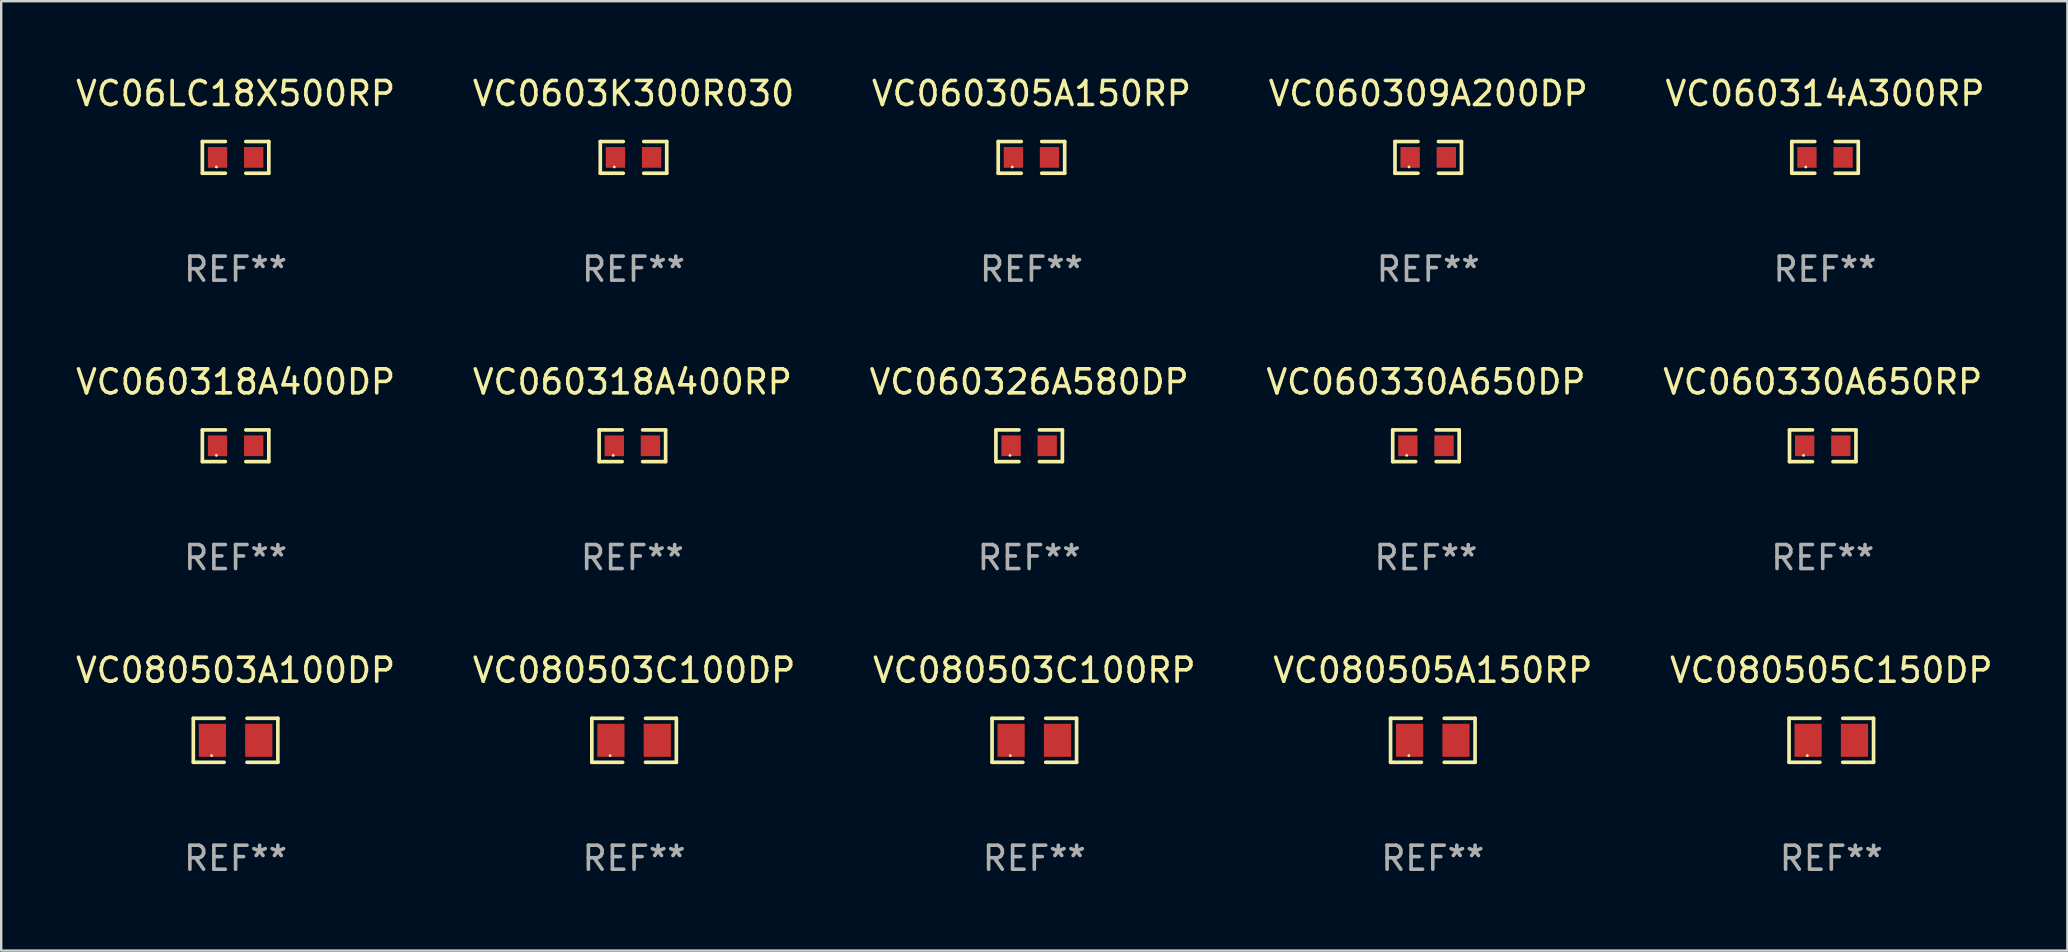
<source format=kicad_pcb>
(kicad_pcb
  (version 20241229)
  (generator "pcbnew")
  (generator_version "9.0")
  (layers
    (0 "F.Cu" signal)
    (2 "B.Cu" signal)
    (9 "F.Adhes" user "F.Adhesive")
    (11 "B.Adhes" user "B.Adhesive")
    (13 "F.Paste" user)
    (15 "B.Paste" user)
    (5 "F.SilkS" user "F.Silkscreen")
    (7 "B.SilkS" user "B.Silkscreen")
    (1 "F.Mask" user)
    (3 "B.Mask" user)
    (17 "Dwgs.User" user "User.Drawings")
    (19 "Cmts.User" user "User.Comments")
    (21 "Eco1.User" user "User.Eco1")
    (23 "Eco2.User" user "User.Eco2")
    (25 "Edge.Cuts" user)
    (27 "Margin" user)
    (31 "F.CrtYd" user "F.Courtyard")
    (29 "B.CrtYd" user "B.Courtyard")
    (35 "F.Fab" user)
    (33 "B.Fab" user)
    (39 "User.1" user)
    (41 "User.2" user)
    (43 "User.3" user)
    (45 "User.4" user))
  (footprint "VC080503C100DP"
    (layer "F.Cu")
    (at 23.375 27.801)
    (property "Reference" "VC080503C100DP" (at 0 -2.917 0) (layer "F.SilkS") (effects (font (size 1 1) (thickness 0.15))))
    (attr through_hole)
    (fp_line (start -1.761 -0.917) (end -0.476 -0.917) (stroke (width 0.152) (type solid)) (layer "F.SilkS"))
    (fp_line (start -1.761 0.917) (end -1.761 -0.917) (stroke (width 0.152) (type solid)) (layer "F.SilkS"))
    (fp_line (start -0.476 0.917) (end -1.761 0.917) (stroke (width 0.152) (type solid)) (layer "F.SilkS"))
    (fp_line (start 0.476 0.917) (end 1.761 0.917) (stroke (width 0.152) (type solid)) (layer "F.SilkS"))
    (fp_line (start 1.761 -0.917) (end 0.476 -0.917) (stroke (width 0.152) (type solid)) (layer "F.SilkS"))
    (fp_line (start 1.761 0.917) (end 1.761 -0.917) (stroke (width 0.152) (type solid)) (layer "F.SilkS"))
    (fp_circle (center -1 0.638) (end -0.97 0.638) (stroke (width 0.06) (type solid)) (fill no) (layer "F.SilkS"))
    (fp_text user "REF**" (at 0 4.917 0) (layer "F.Fab") (effects (font (size 1 1) (thickness 0.15))))
    (pad "1" smd rect (at -0.966 0) (size 1.133 1.377) (layers "F.Cu" "F.Mask" "F.Paste"))
    (pad "2" smd rect (at 0.966 0) (size 1.133 1.377) (layers "F.Cu" "F.Mask" "F.Paste")))
  (footprint "VC06LC18X500RP"
    (layer "F.Cu")
    (at 6.768 3.509)
    (property "Reference" "VC06LC18X500RP" (at 0 -2.661 0) (layer "F.SilkS") (effects (font (size 1 1) (thickness 0.15))))
    (attr through_hole)
    (fp_line (start -1.385 -0.661) (end -0.426 -0.661) (stroke (width 0.152) (type solid)) (layer "F.SilkS"))
    (fp_line (start -1.385 0.661) (end -1.385 -0.661) (stroke (width 0.152) (type solid)) (layer "F.SilkS"))
    (fp_line (start -0.426 0.661) (end -1.385 0.661) (stroke (width 0.152) (type solid)) (layer "F.SilkS"))
    (fp_line (start 0.426 0.661) (end 1.385 0.661) (stroke (width 0.152) (type solid)) (layer "F.SilkS"))
    (fp_line (start 1.385 -0.661) (end 0.426 -0.661) (stroke (width 0.152) (type solid)) (layer "F.SilkS"))
    (fp_line (start 1.385 0.661) (end 1.385 -0.661) (stroke (width 0.152) (type solid)) (layer "F.SilkS"))
    (fp_circle (center -0.8 0.4) (end -0.77 0.4) (stroke (width 0.06) (type solid)) (fill no) (layer "F.SilkS"))
    (fp_text user "REF**" (at 0 4.661 0) (layer "F.Fab") (effects (font (size 1 1) (thickness 0.15))))
    (pad "1" smd rect (at -0.753 0) (size 0.806 0.864) (layers "F.Cu" "F.Mask" "F.Paste"))
    (pad "2" smd rect (at 0.753 0) (size 0.806 0.864) (layers "F.Cu" "F.Mask" "F.Paste")))
  (footprint "VC060330A650RP"
    (layer "F.Cu")
    (at 72.911 15.527)
    (property "Reference" "VC060330A650RP" (at 0 -2.661 0) (layer "F.SilkS") (effects (font (size 1 1) (thickness 0.15))))
    (attr through_hole)
    (fp_line (start -1.385 -0.661) (end -0.426 -0.661) (stroke (width 0.152) (type solid)) (layer "F.SilkS"))
    (fp_line (start -1.385 0.661) (end -1.385 -0.661) (stroke (width 0.152) (type solid)) (layer "F.SilkS"))
    (fp_line (start -0.426 0.661) (end -1.385 0.661) (stroke (width 0.152) (type solid)) (layer "F.SilkS"))
    (fp_line (start 0.426 0.661) (end 1.385 0.661) (stroke (width 0.152) (type solid)) (layer "F.SilkS"))
    (fp_line (start 1.385 -0.661) (end 0.426 -0.661) (stroke (width 0.152) (type solid)) (layer "F.SilkS"))
    (fp_line (start 1.385 0.661) (end 1.385 -0.661) (stroke (width 0.152) (type solid)) (layer "F.SilkS"))
    (fp_circle (center -0.8 0.4) (end -0.77 0.4) (stroke (width 0.06) (type solid)) (fill no) (layer "F.SilkS"))
    (fp_text user "REF**" (at 0 4.661 0) (layer "F.Fab") (effects (font (size 1 1) (thickness 0.15))))
    (pad "1" smd rect (at -0.753 0) (size 0.806 0.864) (layers "F.Cu" "F.Mask" "F.Paste"))
    (pad "2" smd rect (at 0.753 0) (size 0.806 0.864) (layers "F.Cu" "F.Mask" "F.Paste")))
  (footprint "VC060318A400RP"
    (layer "F.Cu")
    (at 23.304 15.527)
    (property "Reference" "VC060318A400RP" (at 0 -2.661 0) (layer "F.SilkS") (effects (font (size 1 1) (thickness 0.15))))
    (attr through_hole)
    (fp_line (start -1.385 -0.661) (end -0.426 -0.661) (stroke (width 0.152) (type solid)) (layer "F.SilkS"))
    (fp_line (start -1.385 0.661) (end -1.385 -0.661) (stroke (width 0.152) (type solid)) (layer "F.SilkS"))
    (fp_line (start -0.426 0.661) (end -1.385 0.661) (stroke (width 0.152) (type solid)) (layer "F.SilkS"))
    (fp_line (start 0.426 0.661) (end 1.385 0.661) (stroke (width 0.152) (type solid)) (layer "F.SilkS"))
    (fp_line (start 1.385 -0.661) (end 0.426 -0.661) (stroke (width 0.152) (type solid)) (layer "F.SilkS"))
    (fp_line (start 1.385 0.661) (end 1.385 -0.661) (stroke (width 0.152) (type solid)) (layer "F.SilkS"))
    (fp_circle (center -0.8 0.4) (end -0.77 0.4) (stroke (width 0.06) (type solid)) (fill no) (layer "F.SilkS"))
    (fp_text user "REF**" (at 0 4.661 0) (layer "F.Fab") (effects (font (size 1 1) (thickness 0.15))))
    (pad "1" smd rect (at -0.753 0) (size 0.806 0.864) (layers "F.Cu" "F.Mask" "F.Paste"))
    (pad "2" smd rect (at 0.753 0) (size 0.806 0.864) (layers "F.Cu" "F.Mask" "F.Paste")))
  (footprint "VC080505C150DP"
    (layer "F.Cu")
    (at 73.268 27.801)
    (property "Reference" "VC080505C150DP" (at 0 -2.917 0) (layer "F.SilkS") (effects (font (size 1 1) (thickness 0.15))))
    (attr through_hole)
    (fp_line (start -1.761 -0.917) (end -0.476 -0.917) (stroke (width 0.152) (type solid)) (layer "F.SilkS"))
    (fp_line (start -1.761 0.917) (end -1.761 -0.917) (stroke (width 0.152) (type solid)) (layer "F.SilkS"))
    (fp_line (start -0.476 0.917) (end -1.761 0.917) (stroke (width 0.152) (type solid)) (layer "F.SilkS"))
    (fp_line (start 0.476 0.917) (end 1.761 0.917) (stroke (width 0.152) (type solid)) (layer "F.SilkS"))
    (fp_line (start 1.761 -0.917) (end 0.476 -0.917) (stroke (width 0.152) (type solid)) (layer "F.SilkS"))
    (fp_line (start 1.761 0.917) (end 1.761 -0.917) (stroke (width 0.152) (type solid)) (layer "F.SilkS"))
    (fp_circle (center -1 0.638) (end -0.97 0.638) (stroke (width 0.06) (type solid)) (fill no) (layer "F.SilkS"))
    (fp_text user "REF**" (at 0 4.917 0) (layer "F.Fab") (effects (font (size 1 1) (thickness 0.15))))
    (pad "1" smd rect (at -0.966 0) (size 1.133 1.377) (layers "F.Cu" "F.Mask" "F.Paste"))
    (pad "2" smd rect (at 0.966 0) (size 1.133 1.377) (layers "F.Cu" "F.Mask" "F.Paste")))
  (footprint "VC060330A650DP"
    (layer "F.Cu")
    (at 56.375 15.527)
    (property "Reference" "VC060330A650DP" (at 0 -2.661 0) (layer "F.SilkS") (effects (font (size 1 1) (thickness 0.15))))
    (attr through_hole)
    (fp_line (start -1.385 -0.661) (end -0.426 -0.661) (stroke (width 0.152) (type solid)) (layer "F.SilkS"))
    (fp_line (start -1.385 0.661) (end -1.385 -0.661) (stroke (width 0.152) (type solid)) (layer "F.SilkS"))
    (fp_line (start -0.426 0.661) (end -1.385 0.661) (stroke (width 0.152) (type solid)) (layer "F.SilkS"))
    (fp_line (start 0.426 0.661) (end 1.385 0.661) (stroke (width 0.152) (type solid)) (layer "F.SilkS"))
    (fp_line (start 1.385 -0.661) (end 0.426 -0.661) (stroke (width 0.152) (type solid)) (layer "F.SilkS"))
    (fp_line (start 1.385 0.661) (end 1.385 -0.661) (stroke (width 0.152) (type solid)) (layer "F.SilkS"))
    (fp_circle (center -0.8 0.4) (end -0.77 0.4) (stroke (width 0.06) (type solid)) (fill no) (layer "F.SilkS"))
    (fp_text user "REF**" (at 0 4.661 0) (layer "F.Fab") (effects (font (size 1 1) (thickness 0.15))))
    (pad "1" smd rect (at -0.753 0) (size 0.806 0.864) (layers "F.Cu" "F.Mask" "F.Paste"))
    (pad "2" smd rect (at 0.753 0) (size 0.806 0.864) (layers "F.Cu" "F.Mask" "F.Paste")))
  (footprint "VC060326A580DP"
    (layer "F.Cu")
    (at 39.839 15.527)
    (property "Reference" "VC060326A580DP" (at 0 -2.661 0) (layer "F.SilkS") (effects (font (size 1 1) (thickness 0.15))))
    (attr through_hole)
    (fp_line (start -1.385 -0.661) (end -0.426 -0.661) (stroke (width 0.152) (type solid)) (layer "F.SilkS"))
    (fp_line (start -1.385 0.661) (end -1.385 -0.661) (stroke (width 0.152) (type solid)) (layer "F.SilkS"))
    (fp_line (start -0.426 0.661) (end -1.385 0.661) (stroke (width 0.152) (type solid)) (layer "F.SilkS"))
    (fp_line (start 0.426 0.661) (end 1.385 0.661) (stroke (width 0.152) (type solid)) (layer "F.SilkS"))
    (fp_line (start 1.385 -0.661) (end 0.426 -0.661) (stroke (width 0.152) (type solid)) (layer "F.SilkS"))
    (fp_line (start 1.385 0.661) (end 1.385 -0.661) (stroke (width 0.152) (type solid)) (layer "F.SilkS"))
    (fp_circle (center -0.8 0.4) (end -0.77 0.4) (stroke (width 0.06) (type solid)) (fill no) (layer "F.SilkS"))
    (fp_text user "REF**" (at 0 4.661 0) (layer "F.Fab") (effects (font (size 1 1) (thickness 0.15))))
    (pad "1" smd rect (at -0.753 0) (size 0.806 0.864) (layers "F.Cu" "F.Mask" "F.Paste"))
    (pad "2" smd rect (at 0.753 0) (size 0.806 0.864) (layers "F.Cu" "F.Mask" "F.Paste")))
  (footprint "VC060318A400DP"
    (layer "F.Cu")
    (at 6.768 15.527)
    (property "Reference" "VC060318A400DP" (at 0 -2.661 0) (layer "F.SilkS") (effects (font (size 1 1) (thickness 0.15))))
    (attr through_hole)
    (fp_line (start -1.385 -0.661) (end -0.426 -0.661) (stroke (width 0.152) (type solid)) (layer "F.SilkS"))
    (fp_line (start -1.385 0.661) (end -1.385 -0.661) (stroke (width 0.152) (type solid)) (layer "F.SilkS"))
    (fp_line (start -0.426 0.661) (end -1.385 0.661) (stroke (width 0.152) (type solid)) (layer "F.SilkS"))
    (fp_line (start 0.426 0.661) (end 1.385 0.661) (stroke (width 0.152) (type solid)) (layer "F.SilkS"))
    (fp_line (start 1.385 -0.661) (end 0.426 -0.661) (stroke (width 0.152) (type solid)) (layer "F.SilkS"))
    (fp_line (start 1.385 0.661) (end 1.385 -0.661) (stroke (width 0.152) (type solid)) (layer "F.SilkS"))
    (fp_circle (center -0.8 0.4) (end -0.77 0.4) (stroke (width 0.06) (type solid)) (fill no) (layer "F.SilkS"))
    (fp_text user "REF**" (at 0 4.661 0) (layer "F.Fab") (effects (font (size 1 1) (thickness 0.15))))
    (pad "1" smd rect (at -0.753 0) (size 0.806 0.864) (layers "F.Cu" "F.Mask" "F.Paste"))
    (pad "2" smd rect (at 0.753 0) (size 0.806 0.864) (layers "F.Cu" "F.Mask" "F.Paste")))
  (footprint "VC060314A300RP"
    (layer "F.Cu")
    (at 73.006 3.509)
    (property "Reference" "VC060314A300RP" (at 0 -2.661 0) (layer "F.SilkS") (effects (font (size 1 1) (thickness 0.15))))
    (attr through_hole)
    (fp_line (start -1.385 -0.661) (end -0.426 -0.661) (stroke (width 0.152) (type solid)) (layer "F.SilkS"))
    (fp_line (start -1.385 0.661) (end -1.385 -0.661) (stroke (width 0.152) (type solid)) (layer "F.SilkS"))
    (fp_line (start -0.426 0.661) (end -1.385 0.661) (stroke (width 0.152) (type solid)) (layer "F.SilkS"))
    (fp_line (start 0.426 0.661) (end 1.385 0.661) (stroke (width 0.152) (type solid)) (layer "F.SilkS"))
    (fp_line (start 1.385 -0.661) (end 0.426 -0.661) (stroke (width 0.152) (type solid)) (layer "F.SilkS"))
    (fp_line (start 1.385 0.661) (end 1.385 -0.661) (stroke (width 0.152) (type solid)) (layer "F.SilkS"))
    (fp_circle (center -0.8 0.4) (end -0.77 0.4) (stroke (width 0.06) (type solid)) (fill no) (layer "F.SilkS"))
    (fp_text user "REF**" (at 0 4.661 0) (layer "F.Fab") (effects (font (size 1 1) (thickness 0.15))))
    (pad "1" smd rect (at -0.753 0) (size 0.806 0.864) (layers "F.Cu" "F.Mask" "F.Paste"))
    (pad "2" smd rect (at 0.753 0) (size 0.806 0.864) (layers "F.Cu" "F.Mask" "F.Paste")))
  (footprint "VC080503A100DP"
    (layer "F.Cu")
    (at 6.768 27.801)
    (property "Reference" "VC080503A100DP" (at 0 -2.917 0) (layer "F.SilkS") (effects (font (size 1 1) (thickness 0.15))))
    (attr through_hole)
    (fp_line (start -1.761 -0.917) (end -0.476 -0.917) (stroke (width 0.152) (type solid)) (layer "F.SilkS"))
    (fp_line (start -1.761 0.917) (end -1.761 -0.917) (stroke (width 0.152) (type solid)) (layer "F.SilkS"))
    (fp_line (start -0.476 0.917) (end -1.761 0.917) (stroke (width 0.152) (type solid)) (layer "F.SilkS"))
    (fp_line (start 0.476 0.917) (end 1.761 0.917) (stroke (width 0.152) (type solid)) (layer "F.SilkS"))
    (fp_line (start 1.761 -0.917) (end 0.476 -0.917) (stroke (width 0.152) (type solid)) (layer "F.SilkS"))
    (fp_line (start 1.761 0.917) (end 1.761 -0.917) (stroke (width 0.152) (type solid)) (layer "F.SilkS"))
    (fp_circle (center -1 0.638) (end -0.97 0.638) (stroke (width 0.06) (type solid)) (fill no) (layer "F.SilkS"))
    (fp_text user "REF**" (at 0 4.917 0) (layer "F.Fab") (effects (font (size 1 1) (thickness 0.15))))
    (pad "1" smd rect (at -0.966 0) (size 1.133 1.377) (layers "F.Cu" "F.Mask" "F.Paste"))
    (pad "2" smd rect (at 0.966 0) (size 1.133 1.377) (layers "F.Cu" "F.Mask" "F.Paste")))
  (footprint "VC080505A150RP"
    (layer "F.Cu")
    (at 56.661 27.801)
    (property "Reference" "VC080505A150RP" (at 0 -2.917 0) (layer "F.SilkS") (effects (font (size 1 1) (thickness 0.15))))
    (attr through_hole)
    (fp_line (start -1.761 -0.917) (end -0.476 -0.917) (stroke (width 0.152) (type solid)) (layer "F.SilkS"))
    (fp_line (start -1.761 0.917) (end -1.761 -0.917) (stroke (width 0.152) (type solid)) (layer "F.SilkS"))
    (fp_line (start -0.476 0.917) (end -1.761 0.917) (stroke (width 0.152) (type solid)) (layer "F.SilkS"))
    (fp_line (start 0.476 0.917) (end 1.761 0.917) (stroke (width 0.152) (type solid)) (layer "F.SilkS"))
    (fp_line (start 1.761 -0.917) (end 0.476 -0.917) (stroke (width 0.152) (type solid)) (layer "F.SilkS"))
    (fp_line (start 1.761 0.917) (end 1.761 -0.917) (stroke (width 0.152) (type solid)) (layer "F.SilkS"))
    (fp_circle (center -1 0.638) (end -0.97 0.638) (stroke (width 0.06) (type solid)) (fill no) (layer "F.SilkS"))
    (fp_text user "REF**" (at 0 4.917 0) (layer "F.Fab") (effects (font (size 1 1) (thickness 0.15))))
    (pad "1" smd rect (at -0.966 0) (size 1.133 1.377) (layers "F.Cu" "F.Mask" "F.Paste"))
    (pad "2" smd rect (at 0.966 0) (size 1.133 1.377) (layers "F.Cu" "F.Mask" "F.Paste")))
  (footprint "VC060309A200DP"
    (layer "F.Cu")
    (at 56.47 3.509)
    (property "Reference" "VC060309A200DP" (at 0 -2.661 0) (layer "F.SilkS") (effects (font (size 1 1) (thickness 0.15))))
    (attr through_hole)
    (fp_line (start -1.385 -0.661) (end -0.426 -0.661) (stroke (width 0.152) (type solid)) (layer "F.SilkS"))
    (fp_line (start -1.385 0.661) (end -1.385 -0.661) (stroke (width 0.152) (type solid)) (layer "F.SilkS"))
    (fp_line (start -0.426 0.661) (end -1.385 0.661) (stroke (width 0.152) (type solid)) (layer "F.SilkS"))
    (fp_line (start 0.426 0.661) (end 1.385 0.661) (stroke (width 0.152) (type solid)) (layer "F.SilkS"))
    (fp_line (start 1.385 -0.661) (end 0.426 -0.661) (stroke (width 0.152) (type solid)) (layer "F.SilkS"))
    (fp_line (start 1.385 0.661) (end 1.385 -0.661) (stroke (width 0.152) (type solid)) (layer "F.SilkS"))
    (fp_circle (center -0.8 0.4) (end -0.77 0.4) (stroke (width 0.06) (type solid)) (fill no) (layer "F.SilkS"))
    (fp_text user "REF**" (at 0 4.661 0) (layer "F.Fab") (effects (font (size 1 1) (thickness 0.15))))
    (pad "1" smd rect (at -0.753 0) (size 0.806 0.864) (layers "F.Cu" "F.Mask" "F.Paste"))
    (pad "2" smd rect (at 0.753 0) (size 0.806 0.864) (layers "F.Cu" "F.Mask" "F.Paste")))
  (footprint "VC080503C100RP"
    (layer "F.Cu")
    (at 40.054 27.801)
    (property "Reference" "VC080503C100RP" (at 0 -2.917 0) (layer "F.SilkS") (effects (font (size 1 1) (thickness 0.15))))
    (attr through_hole)
    (fp_line (start -1.761 -0.917) (end -0.476 -0.917) (stroke (width 0.152) (type solid)) (layer "F.SilkS"))
    (fp_line (start -1.761 0.917) (end -1.761 -0.917) (stroke (width 0.152) (type solid)) (layer "F.SilkS"))
    (fp_line (start -0.476 0.917) (end -1.761 0.917) (stroke (width 0.152) (type solid)) (layer "F.SilkS"))
    (fp_line (start 0.476 0.917) (end 1.761 0.917) (stroke (width 0.152) (type solid)) (layer "F.SilkS"))
    (fp_line (start 1.761 -0.917) (end 0.476 -0.917) (stroke (width 0.152) (type solid)) (layer "F.SilkS"))
    (fp_line (start 1.761 0.917) (end 1.761 -0.917) (stroke (width 0.152) (type solid)) (layer "F.SilkS"))
    (fp_circle (center -1 0.638) (end -0.97 0.638) (stroke (width 0.06) (type solid)) (fill no) (layer "F.SilkS"))
    (fp_text user "REF**" (at 0 4.917 0) (layer "F.Fab") (effects (font (size 1 1) (thickness 0.15))))
    (pad "1" smd rect (at -0.966 0) (size 1.133 1.377) (layers "F.Cu" "F.Mask" "F.Paste"))
    (pad "2" smd rect (at 0.966 0) (size 1.133 1.377) (layers "F.Cu" "F.Mask" "F.Paste")))
  (footprint "VC060305A150RP"
    (layer "F.Cu")
    (at 39.935 3.509)
    (property "Reference" "VC060305A150RP" (at 0 -2.661 0) (layer "F.SilkS") (effects (font (size 1 1) (thickness 0.15))))
    (attr through_hole)
    (fp_line (start -1.385 -0.661) (end -0.426 -0.661) (stroke (width 0.152) (type solid)) (layer "F.SilkS"))
    (fp_line (start -1.385 0.661) (end -1.385 -0.661) (stroke (width 0.152) (type solid)) (layer "F.SilkS"))
    (fp_line (start -0.426 0.661) (end -1.385 0.661) (stroke (width 0.152) (type solid)) (layer "F.SilkS"))
    (fp_line (start 0.426 0.661) (end 1.385 0.661) (stroke (width 0.152) (type solid)) (layer "F.SilkS"))
    (fp_line (start 1.385 -0.661) (end 0.426 -0.661) (stroke (width 0.152) (type solid)) (layer "F.SilkS"))
    (fp_line (start 1.385 0.661) (end 1.385 -0.661) (stroke (width 0.152) (type solid)) (layer "F.SilkS"))
    (fp_circle (center -0.8 0.4) (end -0.77 0.4) (stroke (width 0.06) (type solid)) (fill no) (layer "F.SilkS"))
    (fp_text user "REF**" (at 0 4.661 0) (layer "F.Fab") (effects (font (size 1 1) (thickness 0.15))))
    (pad "1" smd rect (at -0.753 0) (size 0.806 0.864) (layers "F.Cu" "F.Mask" "F.Paste"))
    (pad "2" smd rect (at 0.753 0) (size 0.806 0.864) (layers "F.Cu" "F.Mask" "F.Paste")))
  (footprint "VC0603K300R030"
    (layer "F.Cu")
    (at 23.351 3.509)
    (property "Reference" "VC0603K300R030" (at 0 -2.661 0) (layer "F.SilkS") (effects (font (size 1 1) (thickness 0.15))))
    (attr through_hole)
    (fp_line (start -1.385 -0.661) (end -0.426 -0.661) (stroke (width 0.152) (type solid)) (layer "F.SilkS"))
    (fp_line (start -1.385 0.661) (end -1.385 -0.661) (stroke (width 0.152) (type solid)) (layer "F.SilkS"))
    (fp_line (start -0.426 0.661) (end -1.385 0.661) (stroke (width 0.152) (type solid)) (layer "F.SilkS"))
    (fp_line (start 0.426 0.661) (end 1.385 0.661) (stroke (width 0.152) (type solid)) (layer "F.SilkS"))
    (fp_line (start 1.385 -0.661) (end 0.426 -0.661) (stroke (width 0.152) (type solid)) (layer "F.SilkS"))
    (fp_line (start 1.385 0.661) (end 1.385 -0.661) (stroke (width 0.152) (type solid)) (layer "F.SilkS"))
    (fp_circle (center -0.8 0.4) (end -0.77 0.4) (stroke (width 0.06) (type solid)) (fill no) (layer "F.SilkS"))
    (fp_text user "REF**" (at 0 4.661 0) (layer "F.Fab") (effects (font (size 1 1) (thickness 0.15))))
    (pad "1" smd rect (at -0.753 0) (size 0.806 0.864) (layers "F.Cu" "F.Mask" "F.Paste"))
    (pad "2" smd rect (at 0.753 0) (size 0.806 0.864) (layers "F.Cu" "F.Mask" "F.Paste")))
  (gr_rect
    (start -3 -3)
    (end 83.107 36.566)
    (stroke (width 0.1) (type default))
    (fill no)
    (layer "Edge.Cuts")))
</source>
